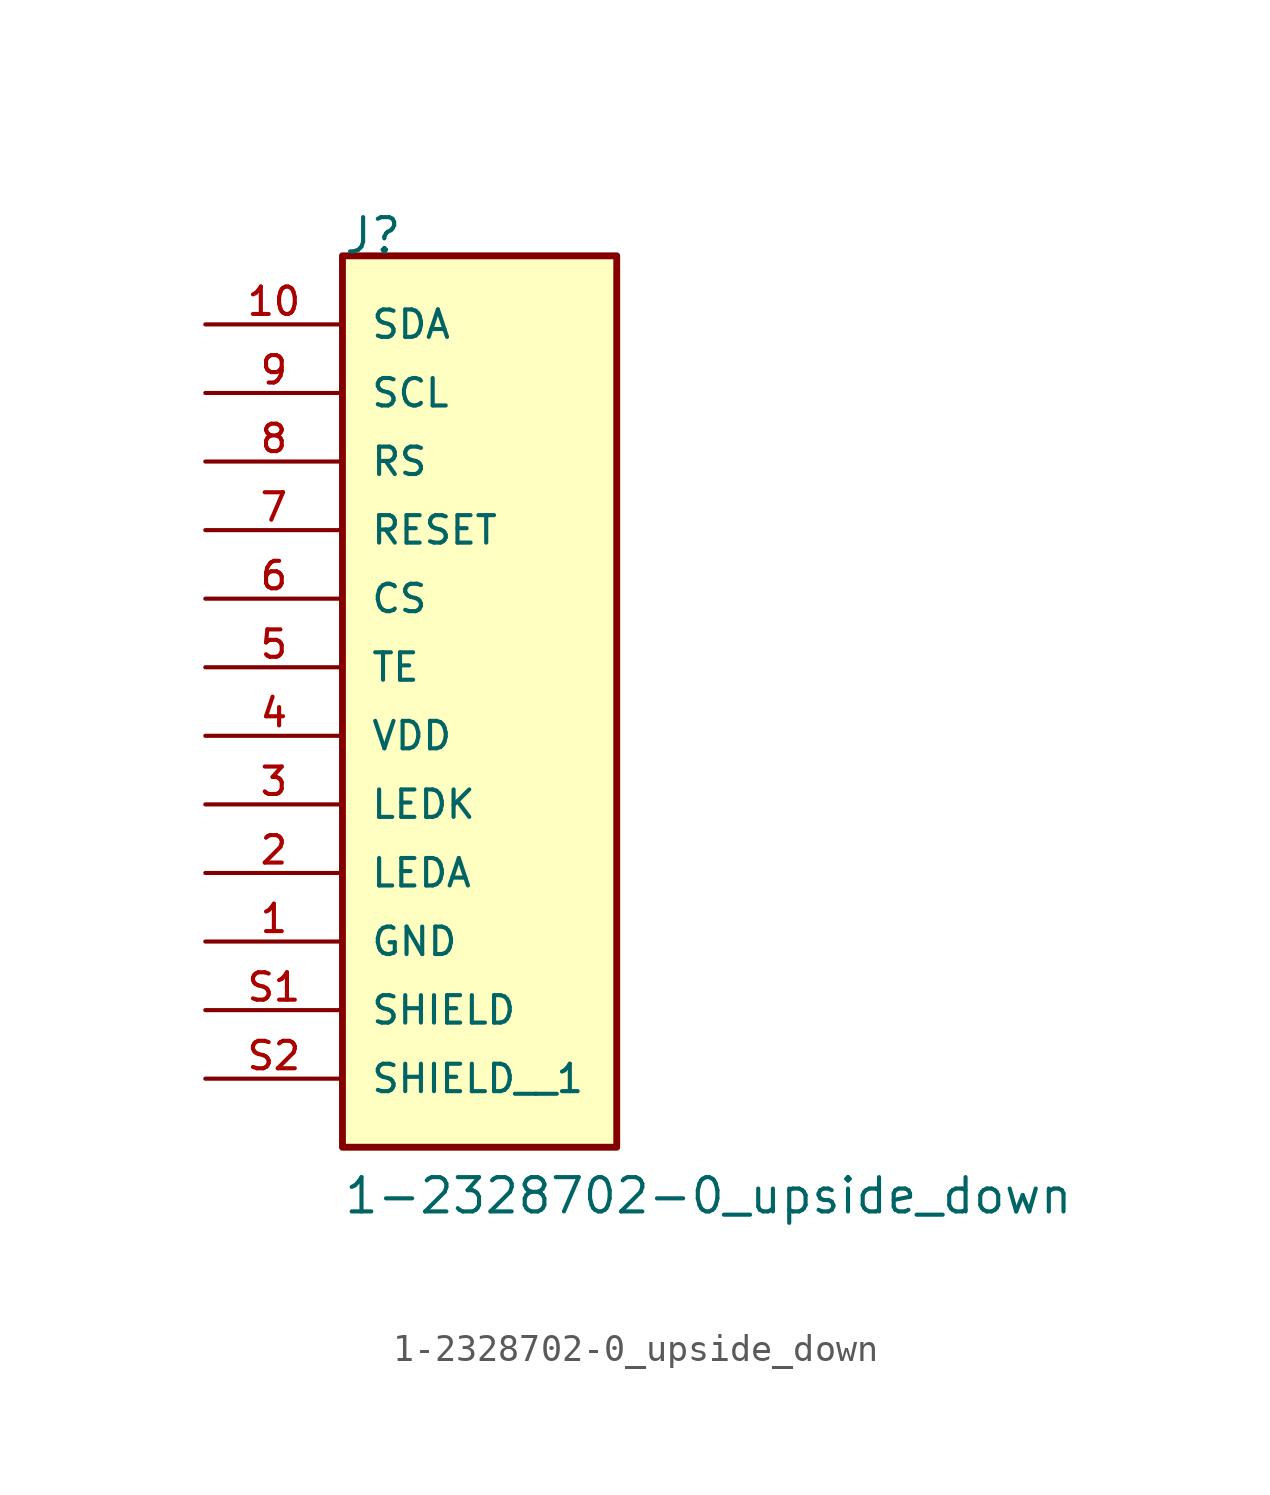
<source format=kicad_sym>
(kicad_symbol_lib
  (version 20241209)
  (generator "kicad_symbol_editor")
  (generator_version "9.0")
  (symbol "1-2328702-0_upside_down"
    (pin_names
      (offset 1.016))
    (property "Reference" "J"
      (at -5.08 15.24 0)
      (effects (font (size 1.27 1.27)) (justify left bottom)))
    (property "Value" "1-2328702-0_upside_down"
      (at -5.08 -20.32 0)
      (effects (font (size 1.27 1.27)) (justify left bottom)))
    (symbol "1-2328702-0_upside_down_0_0"
      (rectangle (start -5.08 15.24) (end 5.08 -17.78) (stroke (width 0.254) (type default)) (fill (type background)))
      (pin passive line (at -10.16 -12.7 0) (length 5.08) (name "SHIELD" (effects (font (size 1.016 1.016)))) (number "S1" (effects (font (size 1.016 1.016)))))
      (pin passive line (at -10.16 -15.24 0) (length 5.08) (name "SHIELD__1" (effects (font (size 1.016 1.016)))) (number "S2" (effects (font (size 1.016 1.016))))))
    (symbol "1-2328702-0_upside_down_1_0"
      (pin passive line (at -10.16 12.7 0) (length 5.08) (name "SDA" (effects (font (size 1.016 1.016)))) (number "10" (effects (font (size 1.016 1.016)))))
      (pin passive line (at -10.16 10.16 0) (length 5.08) (name "SCL" (effects (font (size 1.016 1.016)))) (number "9" (effects (font (size 1.016 1.016)))))
      (pin passive line (at -10.16 7.62 0) (length 5.08) (name "RS" (effects (font (size 1.016 1.016)))) (number "8" (effects (font (size 1.016 1.016)))))
      (pin passive line (at -10.16 5.08 0) (length 5.08) (name "RESET" (effects (font (size 1.016 1.016)))) (number "7" (effects (font (size 1.016 1.016)))))
      (pin passive line (at -10.16 2.54 0) (length 5.08) (name "CS" (effects (font (size 1.016 1.016)))) (number "6" (effects (font (size 1.016 1.016)))))
      (pin passive line (at -10.16 0 0) (length 5.08) (name "TE" (effects (font (size 1.016 1.016)))) (number "5" (effects (font (size 1.016 1.016)))))
      (pin passive line (at -10.16 -2.54 0) (length 5.08) (name "VDD" (effects (font (size 1.016 1.016)))) (number "4" (effects (font (size 1.016 1.016)))))
      (pin passive line (at -10.16 -5.08 0) (length 5.08) (name "LEDK" (effects (font (size 1.016 1.016)))) (number "3" (effects (font (size 1.016 1.016)))))
      (pin passive line (at -10.16 -7.62 0) (length 5.08) (name "LEDA" (effects (font (size 1.016 1.016)))) (number "2" (effects (font (size 1.016 1.016)))))
      (pin passive line (at -10.16 -10.16 0) (length 5.08) (name "GND" (effects (font (size 1.016 1.016)))) (number "1" (effects (font (size 1.016 1.016))))))))
</source>
